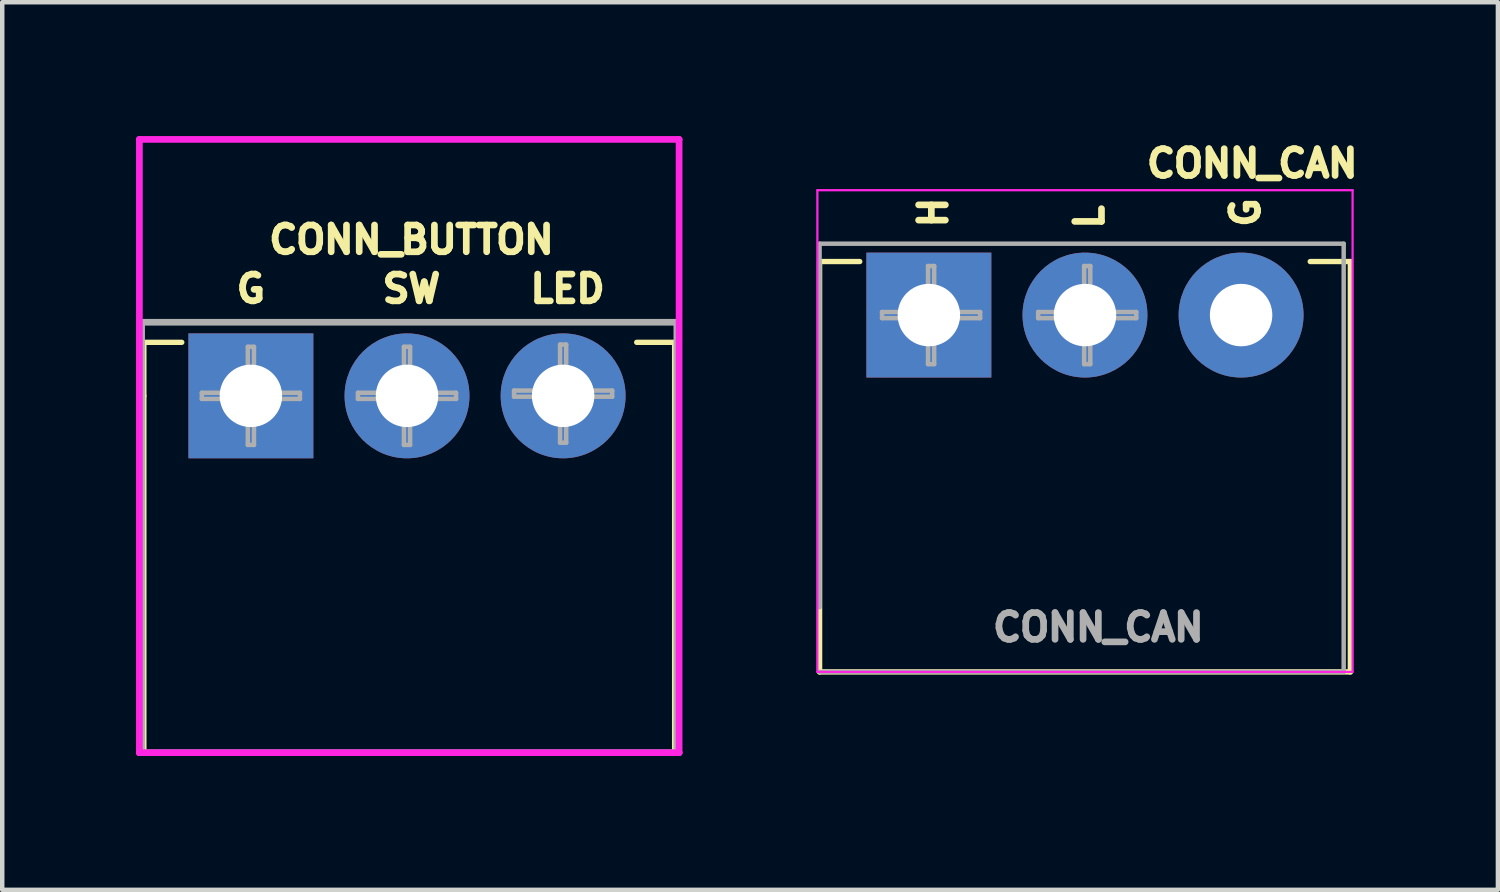
<source format=kicad_pcb>
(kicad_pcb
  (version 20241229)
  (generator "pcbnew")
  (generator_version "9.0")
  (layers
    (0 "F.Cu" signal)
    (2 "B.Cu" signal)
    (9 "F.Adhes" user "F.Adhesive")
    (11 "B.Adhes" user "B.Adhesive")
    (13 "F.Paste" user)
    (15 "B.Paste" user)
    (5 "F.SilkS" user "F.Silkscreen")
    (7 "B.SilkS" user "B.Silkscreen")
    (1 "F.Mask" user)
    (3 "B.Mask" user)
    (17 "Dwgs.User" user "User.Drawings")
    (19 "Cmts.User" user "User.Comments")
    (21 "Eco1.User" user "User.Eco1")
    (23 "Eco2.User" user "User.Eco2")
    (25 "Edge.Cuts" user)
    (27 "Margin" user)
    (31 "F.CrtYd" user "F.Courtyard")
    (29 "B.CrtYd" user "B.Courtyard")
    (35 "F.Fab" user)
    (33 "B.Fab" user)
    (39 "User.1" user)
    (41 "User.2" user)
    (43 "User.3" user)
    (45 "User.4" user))
  (footprint "CONN_CAN"
    (layer "F.Cu")
    (at 17.775 4.014)
    (property "Reference" "CONN_CAN" (at 7.25 -3.4 180) (layer "F.SilkS") (effects (font (size 0.6 0.6) (thickness 0.15))))
    (attr through_hole)
    (fp_line (start -2.45 -1.2) (end -2.45 8) (stroke (width 0.12) (type solid)) (layer "F.SilkS"))
    (fp_line (start -2.45 -1.2) (end -1.55 -1.2) (stroke (width 0.12) (type solid)) (layer "F.SilkS"))
    (fp_line (start -2.45 8) (end 9.45 8) (stroke (width 0.12) (type solid)) (layer "F.SilkS"))
    (fp_line (start 8.55 -1.2) (end 9.45 -1.2) (stroke (width 0.12) (type solid)) (layer "F.SilkS"))
    (fp_line (start 9.45 -1.2) (end 9.45 8) (stroke (width 0.12) (type solid)) (layer "F.SilkS"))
    (fp_line (start -2.5 -2.8) (end -2.5 8) (stroke (width 0.05) (type solid)) (layer "F.CrtYd"))
    (fp_line (start -2.5 8) (end 9.5 8) (stroke (width 0.05) (type solid)) (layer "F.CrtYd"))
    (fp_line (start 9.5 -2.8) (end -2.5 -2.8) (stroke (width 0.05) (type solid)) (layer "F.CrtYd"))
    (fp_line (start 9.5 8) (end 9.5 -2.8) (stroke (width 0.05) (type solid)) (layer "F.CrtYd"))
    (fp_line (start -2.45 -1.6) (end 9.3 -1.6) (stroke (width 0.1) (type solid)) (layer "F.Fab"))
    (fp_line (start -2.45 6.55) (end -2.45 -1.6) (stroke (width 0.1) (type solid)) (layer "F.Fab"))
    (fp_line (start -1.05 -0.069) (end -0.019 -0.069) (stroke (width 0.1) (type solid)) (layer "F.Fab"))
    (fp_line (start -1.05 0.069) (end -1.05 -0.069) (stroke (width 0.1) (type solid)) (layer "F.Fab"))
    (fp_line (start -0.019 -1.1) (end 0.119 -1.1) (stroke (width 0.1) (type solid)) (layer "F.Fab"))
    (fp_line (start -0.019 -0.069) (end -0.019 -1.1) (stroke (width 0.1) (type solid)) (layer "F.Fab"))
    (fp_line (start -0.019 0.069) (end -1.05 0.069) (stroke (width 0.1) (type solid)) (layer "F.Fab"))
    (fp_line (start -0.019 1.1) (end -0.019 0.069) (stroke (width 0.1) (type solid)) (layer "F.Fab"))
    (fp_line (start 0.119 -1.1) (end 0.119 -0.069) (stroke (width 0.1) (type solid)) (layer "F.Fab"))
    (fp_line (start 0.119 -0.069) (end 1.15 -0.069) (stroke (width 0.1) (type solid)) (layer "F.Fab"))
    (fp_line (start 0.119 0.069) (end 0.119 1.1) (stroke (width 0.1) (type solid)) (layer "F.Fab"))
    (fp_line (start 0.119 1.1) (end -0.019 1.1) (stroke (width 0.1) (type solid)) (layer "F.Fab"))
    (fp_line (start 1.15 -0.069) (end 1.15 0.069) (stroke (width 0.1) (type solid)) (layer "F.Fab"))
    (fp_line (start 1.15 0.069) (end 0.119 0.069) (stroke (width 0.1) (type solid)) (layer "F.Fab"))
    (fp_line (start 2.45 -0.069) (end 3.481 -0.069) (stroke (width 0.1) (type solid)) (layer "F.Fab"))
    (fp_line (start 2.45 0.069) (end 2.45 -0.069) (stroke (width 0.1) (type solid)) (layer "F.Fab"))
    (fp_line (start 3.481 -1.1) (end 3.619 -1.1) (stroke (width 0.1) (type solid)) (layer "F.Fab"))
    (fp_line (start 3.481 -0.069) (end 3.481 -1.1) (stroke (width 0.1) (type solid)) (layer "F.Fab"))
    (fp_line (start 3.481 0.069) (end 2.45 0.069) (stroke (width 0.1) (type solid)) (layer "F.Fab"))
    (fp_line (start 3.481 1.1) (end 3.481 0.069) (stroke (width 0.1) (type solid)) (layer "F.Fab"))
    (fp_line (start 3.619 -1.1) (end 3.619 -0.069) (stroke (width 0.1) (type solid)) (layer "F.Fab"))
    (fp_line (start 3.619 -0.069) (end 4.65 -0.069) (stroke (width 0.1) (type solid)) (layer "F.Fab"))
    (fp_line (start 3.619 0.069) (end 3.619 1.1) (stroke (width 0.1) (type solid)) (layer "F.Fab"))
    (fp_line (start 3.619 1.1) (end 3.481 1.1) (stroke (width 0.1) (type solid)) (layer "F.Fab"))
    (fp_line (start 4.65 -0.069) (end 4.65 0.069) (stroke (width 0.1) (type solid)) (layer "F.Fab"))
    (fp_line (start 4.65 0.069) (end 3.619 0.069) (stroke (width 0.1) (type solid)) (layer "F.Fab"))
    (fp_line (start 9.3 -1.6) (end 9.3 8) (stroke (width 0.1) (type solid)) (layer "F.Fab"))
    (fp_line (start 9.3 8) (end -2.45 8) (stroke (width 0.1) (type solid)) (layer "F.Fab"))
    (fp_text user "G" (at 7.1 -2.3 90) (layer "F.SilkS") (effects (font (size 0.6 0.6) (thickness 0.15))))
    (fp_text user "H" (at 0.1 -2.3 90) (layer "F.SilkS") (effects (font (size 0.6 0.6) (thickness 0.15))))
    (fp_text user "L" (at 3.6 -2.2 90) (layer "F.SilkS") (effects (font (size 0.6 0.6) (thickness 0.15))))
    (fp_text user "${REFERENCE}" (at 3.8 7 0) (layer "F.Fab") (effects (font (size 0.6 0.6) (thickness 0.15))))
    (pad "1" thru_hole rect (at 0 0) (size 2.8 2.8) (drill 1.4) (layers "*.Cu" "*.Mask"))
    (pad "2" thru_hole circle (at 3.5 0) (size 2.8 2.8) (drill 1.4) (layers "*.Cu" "*.Mask"))
    (pad "3" thru_hole circle (at 7 0) (size 2.8 2.8) (drill 1.4) (layers "*.Cu" "*.Mask")))
  (footprint "CONN_BUTTON"
    (layer "F.Cu")
    (at 2.575 5.825)
    (property "Reference" "CONN_BUTTON" (at 3.6 -3.5 0) (layer "F.SilkS") (effects (font (size 0.6 0.6) (thickness 0.15))))
    (attr through_hole)
    (fp_line (start -2.4 -1.2) (end -2.4 0) (stroke (width 0.12) (type solid)) (layer "F.SilkS"))
    (fp_line (start -2.4 -1.2) (end -1.55 -1.2) (stroke (width 0.12) (type solid)) (layer "F.SilkS"))
    (fp_line (start -2.4 0) (end -2.4 8) (stroke (width 0.12) (type solid)) (layer "F.SilkS"))
    (fp_line (start -2.4 8) (end 9.5 8) (stroke (width 0.12) (type solid)) (layer "F.SilkS"))
    (fp_line (start 9.5 -1.2) (end 8.65 -1.2) (stroke (width 0.12) (type solid)) (layer "F.SilkS"))
    (fp_line (start 9.5 -1.2) (end 9.5 8) (stroke (width 0.12) (type solid)) (layer "F.SilkS"))
    (fp_line (start -2.5 -5.75) (end -2.5 8) (stroke (width 0.15) (type solid)) (layer "F.CrtYd"))
    (fp_line (start -2.5 8) (end 9.6 8) (stroke (width 0.15) (type solid)) (layer "F.CrtYd"))
    (fp_line (start 9.6 -5.75) (end -2.5 -5.75) (stroke (width 0.15) (type solid)) (layer "F.CrtYd"))
    (fp_line (start 9.6 8) (end 9.6 -5.75) (stroke (width 0.15) (type solid)) (layer "F.CrtYd"))
    (fp_line (start -2.5 8) (end 9.6 8) (stroke (width 0.15) (type solid)) (layer "F.Fab"))
    (fp_line (start -2.45 -1.65) (end -2.45 8) (stroke (width 0.15) (type solid)) (layer "F.Fab"))
    (fp_line (start -1.1 -0.069) (end -0.069 -0.069) (stroke (width 0.1) (type solid)) (layer "F.Fab"))
    (fp_line (start -1.1 0.069) (end -1.1 -0.069) (stroke (width 0.1) (type solid)) (layer "F.Fab"))
    (fp_line (start -0.069 -1.1) (end 0.069 -1.1) (stroke (width 0.1) (type solid)) (layer "F.Fab"))
    (fp_line (start -0.069 -0.069) (end -0.069 -1.1) (stroke (width 0.1) (type solid)) (layer "F.Fab"))
    (fp_line (start -0.069 0.069) (end -1.1 0.069) (stroke (width 0.1) (type solid)) (layer "F.Fab"))
    (fp_line (start -0.069 1.1) (end -0.069 0.069) (stroke (width 0.1) (type solid)) (layer "F.Fab"))
    (fp_line (start 0.069 -1.1) (end 0.069 -0.069) (stroke (width 0.1) (type solid)) (layer "F.Fab"))
    (fp_line (start 0.069 -0.069) (end 1.1 -0.069) (stroke (width 0.1) (type solid)) (layer "F.Fab"))
    (fp_line (start 0.069 0.069) (end 0.069 1.1) (stroke (width 0.1) (type solid)) (layer "F.Fab"))
    (fp_line (start 0.069 1.1) (end -0.069 1.1) (stroke (width 0.1) (type solid)) (layer "F.Fab"))
    (fp_line (start 1.1 -0.069) (end 1.1 0.069) (stroke (width 0.1) (type solid)) (layer "F.Fab"))
    (fp_line (start 1.1 0.069) (end 0.069 0.069) (stroke (width 0.1) (type solid)) (layer "F.Fab"))
    (fp_line (start 2.4 -0.069) (end 3.431 -0.069) (stroke (width 0.1) (type solid)) (layer "F.Fab"))
    (fp_line (start 2.4 0.069) (end 2.4 -0.069) (stroke (width 0.1) (type solid)) (layer "F.Fab"))
    (fp_line (start 3.431 -1.1) (end 3.569 -1.1) (stroke (width 0.1) (type solid)) (layer "F.Fab"))
    (fp_line (start 3.431 -0.069) (end 3.431 -1.1) (stroke (width 0.1) (type solid)) (layer "F.Fab"))
    (fp_line (start 3.431 0.069) (end 2.4 0.069) (stroke (width 0.1) (type solid)) (layer "F.Fab"))
    (fp_line (start 3.431 1.1) (end 3.431 0.069) (stroke (width 0.1) (type solid)) (layer "F.Fab"))
    (fp_line (start 3.569 -1.1) (end 3.569 -0.069) (stroke (width 0.1) (type solid)) (layer "F.Fab"))
    (fp_line (start 3.569 -0.069) (end 4.6 -0.069) (stroke (width 0.1) (type solid)) (layer "F.Fab"))
    (fp_line (start 3.569 0.069) (end 3.569 1.1) (stroke (width 0.1) (type solid)) (layer "F.Fab"))
    (fp_line (start 3.569 1.1) (end 3.431 1.1) (stroke (width 0.1) (type solid)) (layer "F.Fab"))
    (fp_line (start 4.6 -0.069) (end 4.6 0.069) (stroke (width 0.1) (type solid)) (layer "F.Fab"))
    (fp_line (start 4.6 0.069) (end 3.569 0.069) (stroke (width 0.1) (type solid)) (layer "F.Fab"))
    (fp_line (start 5.9 -0.119) (end 6.931 -0.119) (stroke (width 0.1) (type solid)) (layer "F.Fab"))
    (fp_line (start 5.9 0.019) (end 5.9 -0.119) (stroke (width 0.1) (type solid)) (layer "F.Fab"))
    (fp_line (start 6.931 -1.15) (end 7.069 -1.15) (stroke (width 0.1) (type solid)) (layer "F.Fab"))
    (fp_line (start 6.931 -0.119) (end 6.931 -1.15) (stroke (width 0.1) (type solid)) (layer "F.Fab"))
    (fp_line (start 6.931 0.019) (end 5.9 0.019) (stroke (width 0.1) (type solid)) (layer "F.Fab"))
    (fp_line (start 6.931 1.05) (end 6.931 0.019) (stroke (width 0.1) (type solid)) (layer "F.Fab"))
    (fp_line (start 7.069 -1.15) (end 7.069 -0.119) (stroke (width 0.1) (type solid)) (layer "F.Fab"))
    (fp_line (start 7.069 -0.119) (end 8.1 -0.119) (stroke (width 0.1) (type solid)) (layer "F.Fab"))
    (fp_line (start 7.069 0.019) (end 7.069 1.05) (stroke (width 0.1) (type solid)) (layer "F.Fab"))
    (fp_line (start 7.069 1.05) (end 6.931 1.05) (stroke (width 0.1) (type solid)) (layer "F.Fab"))
    (fp_line (start 8.1 -0.119) (end 8.1 0.019) (stroke (width 0.1) (type solid)) (layer "F.Fab"))
    (fp_line (start 8.1 0.019) (end 7.069 0.019) (stroke (width 0.1) (type solid)) (layer "F.Fab"))
    (fp_line (start 9.55 -1.65) (end -2.45 -1.65) (stroke (width 0.15) (type solid)) (layer "F.Fab"))
    (fp_line (start 9.55 8) (end 9.55 -1.65) (stroke (width 0.15) (type solid)) (layer "F.Fab"))
    (fp_text user "G" (at 0 -2.4 180) (layer "F.SilkS") (effects (font (size 0.6 0.6) (thickness 0.15))))
    (fp_text user "SW" (at 3.6 -2.4 180) (layer "F.SilkS") (effects (font (size 0.6 0.6) (thickness 0.15))))
    (fp_text user "LED" (at 7.1 -2.4 180) (layer "F.SilkS") (effects (font (size 0.6 0.6) (thickness 0.15))))
    (pad "1" thru_hole rect (at 0 0) (size 2.8 2.8) (drill 1.4) (layers "*.Cu" "*.Mask"))
    (pad "2" thru_hole circle (at 3.5 0) (size 2.8 2.8) (drill 1.4) (layers "*.Cu" "*.Mask"))
    (pad "3" thru_hole circle (at 7 0) (size 2.8 2.8) (drill 1.4) (layers "*.Cu" "*.Mask")))
  (gr_rect
    (start -3 -3)
    (end 30.533 16.9)
    (stroke (width 0.1) (type default))
    (fill no)
    (layer "Edge.Cuts")))
</source>
